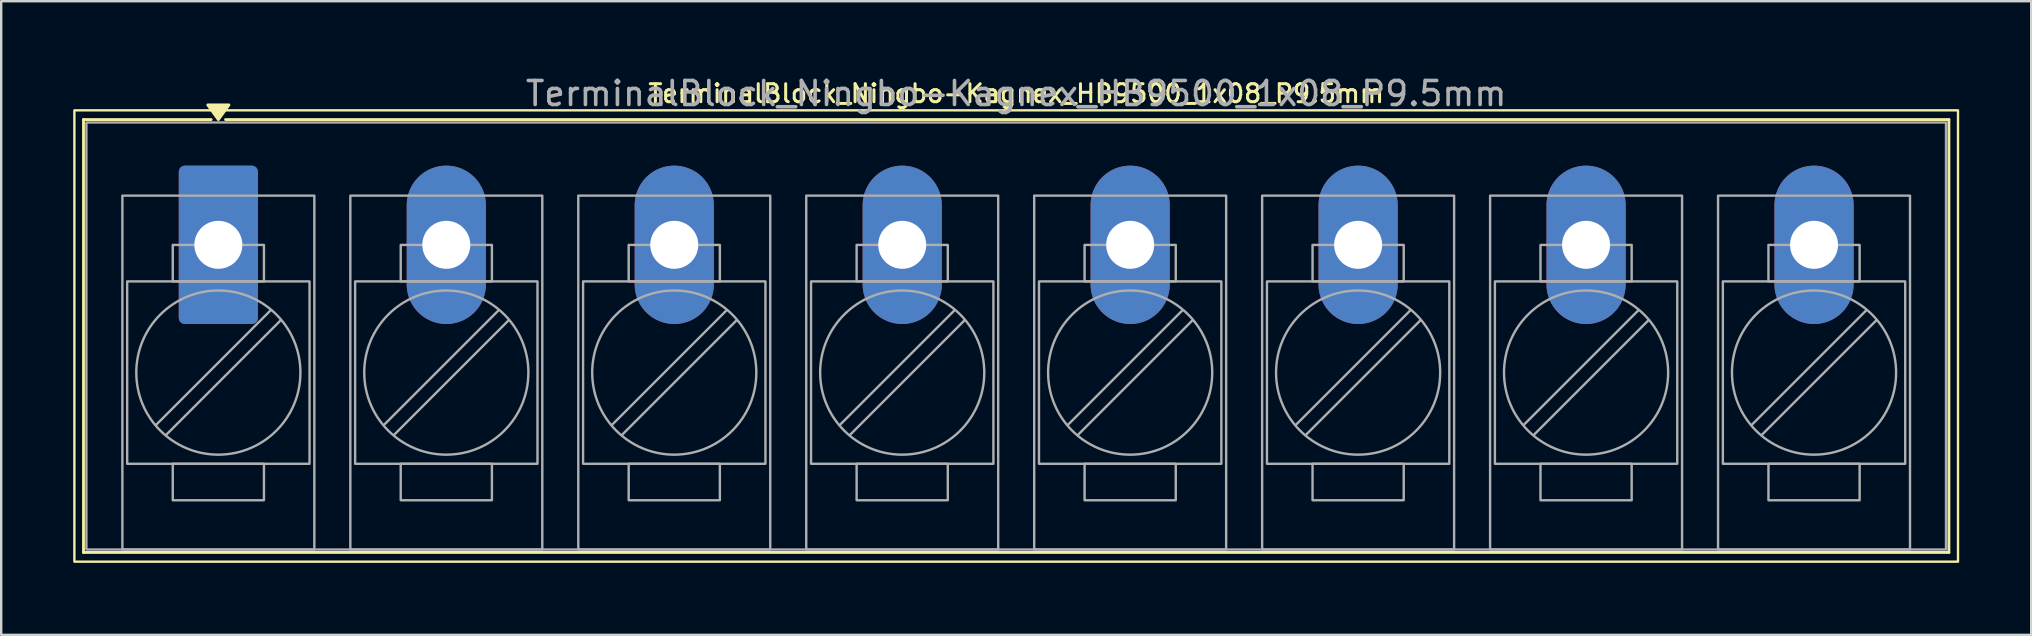
<source format=kicad_pcb>
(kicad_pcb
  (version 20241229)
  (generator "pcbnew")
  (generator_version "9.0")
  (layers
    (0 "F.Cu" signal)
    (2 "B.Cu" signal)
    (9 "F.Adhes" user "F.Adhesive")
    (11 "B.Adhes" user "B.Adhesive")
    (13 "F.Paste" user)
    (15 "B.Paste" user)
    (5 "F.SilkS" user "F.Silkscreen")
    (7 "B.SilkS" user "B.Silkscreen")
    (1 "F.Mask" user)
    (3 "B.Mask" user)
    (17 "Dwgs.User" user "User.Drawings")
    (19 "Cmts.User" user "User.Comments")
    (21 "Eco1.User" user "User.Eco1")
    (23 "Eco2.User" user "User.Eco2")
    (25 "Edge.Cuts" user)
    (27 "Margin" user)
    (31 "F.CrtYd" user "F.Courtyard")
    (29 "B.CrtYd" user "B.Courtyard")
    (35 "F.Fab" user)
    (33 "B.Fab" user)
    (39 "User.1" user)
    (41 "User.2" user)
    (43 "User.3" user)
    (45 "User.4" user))
  (footprint "TerminalBlock_Ningbo-Kagnex_HB9500_1x08_P9.5mm"
    (layer "F.Cu")
    (at 6.05 7.153)
    (property "Reference" "TerminalBlock_Ningbo-Kagnex_HB9500_1x08_P9.5mm" (at 33.25 -6.305 0) (layer "F.SilkS") (effects (font (size 0.75 0.75) (thickness 0.125))))
    (attr through_hole)
    (fp_line (start -5.62 -5.22) (end -0.3 -5.22) (stroke (width 0.12) (type solid)) (layer "F.SilkS"))
    (fp_line (start -5.62 12.82) (end -5.62 -5.22) (stroke (width 0.12) (type solid)) (layer "F.SilkS"))
    (fp_line (start 0.3 -5.22) (end 72.12 -5.22) (stroke (width 0.12) (type solid)) (layer "F.SilkS"))
    (fp_line (start 72.12 -5.22) (end 72.12 12.82) (stroke (width 0.12) (type solid)) (layer "F.SilkS"))
    (fp_line (start 72.12 12.82) (end -5.62 12.82) (stroke (width 0.12) (type solid)) (layer "F.SilkS"))
    (fp_rect (start -6 -5.605) (end 72.5 13.205) (stroke (width 0.1) (type solid)) (fill no) (layer "F.SilkS"))
    (fp_poly (pts (xy 0 -5.22) (xy -0.44 -5.83) (xy 0.44 -5.83)) (stroke (width 0.12) (type solid)) (fill yes) (layer "F.SilkS"))
    (fp_line (start 2.176 2.731) (end -2.594 7.501) (stroke (width 0.1) (type solid)) (layer "F.Fab"))
    (fp_line (start 2.594 3.149) (end -2.176 7.919) (stroke (width 0.1) (type solid)) (layer "F.Fab"))
    (fp_line (start 11.676 2.731) (end 6.906 7.501) (stroke (width 0.1) (type solid)) (layer "F.Fab"))
    (fp_line (start 12.094 3.149) (end 7.324 7.919) (stroke (width 0.1) (type solid)) (layer "F.Fab"))
    (fp_line (start 21.176 2.731) (end 16.406 7.501) (stroke (width 0.1) (type solid)) (layer "F.Fab"))
    (fp_line (start 21.594 3.149) (end 16.824 7.919) (stroke (width 0.1) (type solid)) (layer "F.Fab"))
    (fp_line (start 30.676 2.731) (end 25.906 7.501) (stroke (width 0.1) (type solid)) (layer "F.Fab"))
    (fp_line (start 31.094 3.149) (end 26.324 7.919) (stroke (width 0.1) (type solid)) (layer "F.Fab"))
    (fp_line (start 40.176 2.731) (end 35.406 7.501) (stroke (width 0.1) (type solid)) (layer "F.Fab"))
    (fp_line (start 40.594 3.149) (end 35.824 7.919) (stroke (width 0.1) (type solid)) (layer "F.Fab"))
    (fp_line (start 49.676 2.731) (end 44.906 7.501) (stroke (width 0.1) (type solid)) (layer "F.Fab"))
    (fp_line (start 50.094 3.149) (end 45.324 7.919) (stroke (width 0.1) (type solid)) (layer "F.Fab"))
    (fp_line (start 59.176 2.731) (end 54.406 7.501) (stroke (width 0.1) (type solid)) (layer "F.Fab"))
    (fp_line (start 59.594 3.149) (end 54.824 7.919) (stroke (width 0.1) (type solid)) (layer "F.Fab"))
    (fp_line (start 68.676 2.731) (end 63.906 7.501) (stroke (width 0.1) (type solid)) (layer "F.Fab"))
    (fp_line (start 69.094 3.149) (end 64.324 7.919) (stroke (width 0.1) (type solid)) (layer "F.Fab"))
    (fp_rect (start -5.5 -5.1) (end 72 12.7) (stroke (width 0.1) (type solid)) (fill no) (layer "F.Fab"))
    (fp_rect (start -4 -2.05) (end 4 12.7) (stroke (width 0.1) (type solid)) (fill no) (layer "F.Fab"))
    (fp_rect (start -3.8 1.525) (end 3.8 9.125) (stroke (width 0.1) (type solid)) (fill no) (layer "F.Fab"))
    (fp_rect (start -1.9 0.005) (end 1.9 1.525) (stroke (width 0.1) (type solid)) (fill no) (layer "F.Fab"))
    (fp_rect (start -1.9 9.125) (end 1.9 10.645) (stroke (width 0.1) (type solid)) (fill no) (layer "F.Fab"))
    (fp_rect (start 5.5 -2.05) (end 13.5 12.7) (stroke (width 0.1) (type solid)) (fill no) (layer "F.Fab"))
    (fp_rect (start 5.7 1.525) (end 13.3 9.125) (stroke (width 0.1) (type solid)) (fill no) (layer "F.Fab"))
    (fp_rect (start 7.6 0.005) (end 11.4 1.525) (stroke (width 0.1) (type solid)) (fill no) (layer "F.Fab"))
    (fp_rect (start 7.6 9.125) (end 11.4 10.645) (stroke (width 0.1) (type solid)) (fill no) (layer "F.Fab"))
    (fp_rect (start 15 -2.05) (end 23 12.7) (stroke (width 0.1) (type solid)) (fill no) (layer "F.Fab"))
    (fp_rect (start 15.2 1.525) (end 22.8 9.125) (stroke (width 0.1) (type solid)) (fill no) (layer "F.Fab"))
    (fp_rect (start 17.1 0.005) (end 20.9 1.525) (stroke (width 0.1) (type solid)) (fill no) (layer "F.Fab"))
    (fp_rect (start 17.1 9.125) (end 20.9 10.645) (stroke (width 0.1) (type solid)) (fill no) (layer "F.Fab"))
    (fp_rect (start 24.5 -2.05) (end 32.5 12.7) (stroke (width 0.1) (type solid)) (fill no) (layer "F.Fab"))
    (fp_rect (start 24.7 1.525) (end 32.3 9.125) (stroke (width 0.1) (type solid)) (fill no) (layer "F.Fab"))
    (fp_rect (start 26.6 0.005) (end 30.4 1.525) (stroke (width 0.1) (type solid)) (fill no) (layer "F.Fab"))
    (fp_rect (start 26.6 9.125) (end 30.4 10.645) (stroke (width 0.1) (type solid)) (fill no) (layer "F.Fab"))
    (fp_rect (start 34 -2.05) (end 42 12.7) (stroke (width 0.1) (type solid)) (fill no) (layer "F.Fab"))
    (fp_rect (start 34.2 1.525) (end 41.8 9.125) (stroke (width 0.1) (type solid)) (fill no) (layer "F.Fab"))
    (fp_rect (start 36.1 0.005) (end 39.9 1.525) (stroke (width 0.1) (type solid)) (fill no) (layer "F.Fab"))
    (fp_rect (start 36.1 9.125) (end 39.9 10.645) (stroke (width 0.1) (type solid)) (fill no) (layer "F.Fab"))
    (fp_rect (start 43.5 -2.05) (end 51.5 12.7) (stroke (width 0.1) (type solid)) (fill no) (layer "F.Fab"))
    (fp_rect (start 43.7 1.525) (end 51.3 9.125) (stroke (width 0.1) (type solid)) (fill no) (layer "F.Fab"))
    (fp_rect (start 45.6 0.005) (end 49.4 1.525) (stroke (width 0.1) (type solid)) (fill no) (layer "F.Fab"))
    (fp_rect (start 45.6 9.125) (end 49.4 10.645) (stroke (width 0.1) (type solid)) (fill no) (layer "F.Fab"))
    (fp_rect (start 53 -2.05) (end 61 12.7) (stroke (width 0.1) (type solid)) (fill no) (layer "F.Fab"))
    (fp_rect (start 53.2 1.525) (end 60.8 9.125) (stroke (width 0.1) (type solid)) (fill no) (layer "F.Fab"))
    (fp_rect (start 55.1 0.005) (end 58.9 1.525) (stroke (width 0.1) (type solid)) (fill no) (layer "F.Fab"))
    (fp_rect (start 55.1 9.125) (end 58.9 10.645) (stroke (width 0.1) (type solid)) (fill no) (layer "F.Fab"))
    (fp_rect (start 62.5 -2.05) (end 70.5 12.7) (stroke (width 0.1) (type solid)) (fill no) (layer "F.Fab"))
    (fp_rect (start 62.7 1.525) (end 70.3 9.125) (stroke (width 0.1) (type solid)) (fill no) (layer "F.Fab"))
    (fp_rect (start 64.6 0.005) (end 68.4 1.525) (stroke (width 0.1) (type solid)) (fill no) (layer "F.Fab"))
    (fp_rect (start 64.6 9.125) (end 68.4 10.645) (stroke (width 0.1) (type solid)) (fill no) (layer "F.Fab"))
    (fp_circle (center 0 5.325) (end 3.42 5.325) (stroke (width 0.1) (type solid)) (fill no) (layer "F.Fab"))
    (fp_circle (center 9.5 5.325) (end 12.92 5.325) (stroke (width 0.1) (type solid)) (fill no) (layer "F.Fab"))
    (fp_circle (center 19 5.325) (end 22.42 5.325) (stroke (width 0.1) (type solid)) (fill no) (layer "F.Fab"))
    (fp_circle (center 28.5 5.325) (end 31.92 5.325) (stroke (width 0.1) (type solid)) (fill no) (layer "F.Fab"))
    (fp_circle (center 38 5.325) (end 41.42 5.325) (stroke (width 0.1) (type solid)) (fill no) (layer "F.Fab"))
    (fp_circle (center 47.5 5.325) (end 50.92 5.325) (stroke (width 0.1) (type solid)) (fill no) (layer "F.Fab"))
    (fp_circle (center 57 5.325) (end 60.42 5.325) (stroke (width 0.1) (type solid)) (fill no) (layer "F.Fab"))
    (fp_circle (center 66.5 5.325) (end 69.92 5.325) (stroke (width 0.1) (type solid)) (fill no) (layer "F.Fab"))
    (fp_text user "${REFERENCE}" (at 33.25 -6.305 0) (layer "F.Fab") (effects (font (size 1 1) (thickness 0.15))))
    (pad "1" thru_hole roundrect (at 0 0) (size 3.3 6.6) (drill 2) (layers "*.Cu" "*.Mask") (roundrect_rratio 0.076))
    (pad "2" thru_hole oval (at 9.5 0) (size 3.3 6.6) (drill 2) (layers "*.Cu" "*.Mask"))
    (pad "3" thru_hole oval (at 19 0) (size 3.3 6.6) (drill 2) (layers "*.Cu" "*.Mask"))
    (pad "4" thru_hole oval (at 28.5 0) (size 3.3 6.6) (drill 2) (layers "*.Cu" "*.Mask"))
    (pad "5" thru_hole oval (at 38 0) (size 3.3 6.6) (drill 2) (layers "*.Cu" "*.Mask"))
    (pad "6" thru_hole oval (at 47.5 0) (size 3.3 6.6) (drill 2) (layers "*.Cu" "*.Mask"))
    (pad "7" thru_hole oval (at 57 0) (size 3.3 6.6) (drill 2) (layers "*.Cu" "*.Mask"))
    (pad "8" thru_hole oval (at 66.5 0) (size 3.3 6.6) (drill 2) (layers "*.Cu" "*.Mask")))
  (gr_rect
    (start -3 -3)
    (end 81.6 23.408)
    (stroke (width 0.1) (type default))
    (fill no)
    (layer "Edge.Cuts")))
</source>
